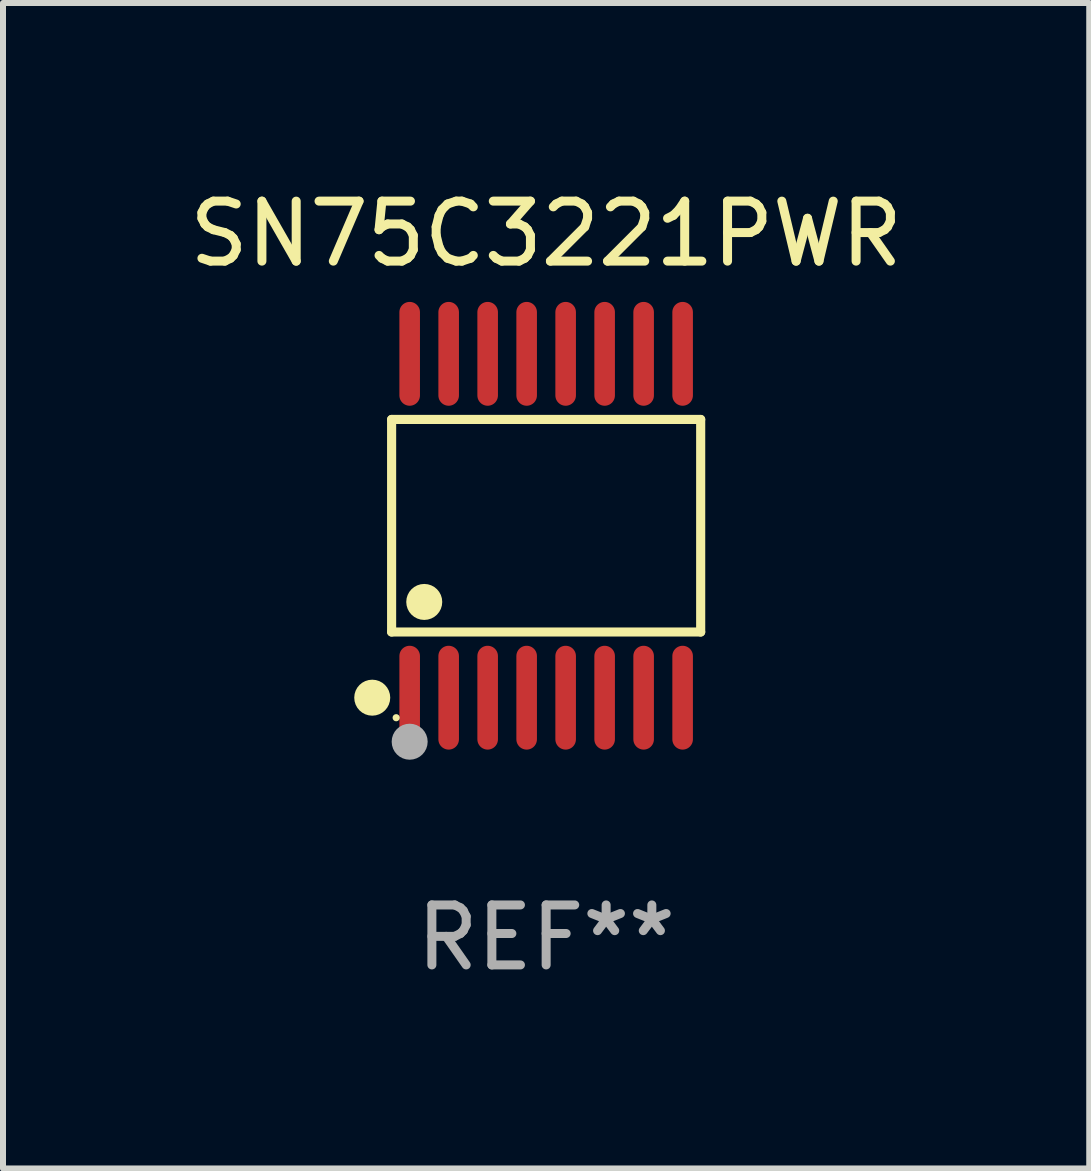
<source format=kicad_pcb>
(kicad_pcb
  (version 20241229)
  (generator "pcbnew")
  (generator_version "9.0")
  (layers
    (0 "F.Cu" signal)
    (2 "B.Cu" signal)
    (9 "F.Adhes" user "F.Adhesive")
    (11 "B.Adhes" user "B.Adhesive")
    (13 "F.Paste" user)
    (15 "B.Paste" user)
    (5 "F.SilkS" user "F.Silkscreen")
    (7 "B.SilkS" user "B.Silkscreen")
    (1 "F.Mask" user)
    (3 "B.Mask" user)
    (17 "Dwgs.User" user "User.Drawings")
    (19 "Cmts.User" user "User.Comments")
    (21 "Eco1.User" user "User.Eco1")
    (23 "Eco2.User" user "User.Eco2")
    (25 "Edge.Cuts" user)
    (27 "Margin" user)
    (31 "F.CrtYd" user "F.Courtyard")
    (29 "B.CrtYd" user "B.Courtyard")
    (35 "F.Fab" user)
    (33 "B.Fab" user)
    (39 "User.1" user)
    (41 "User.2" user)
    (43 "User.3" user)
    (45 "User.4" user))
  (footprint "SN75C3221PWR"
    (layer "F.Cu")
    (at 6.054 5.714)
    (property "Reference" "SN75C3221PWR" (at 0 -4.866 0) (layer "F.SilkS") (effects (font (size 1 1) (thickness 0.15))))
    (attr through_hole)
    (fp_line (start -2.576 -1.772) (end 2.576 -1.772) (stroke (width 0.152) (type solid)) (layer "F.SilkS"))
    (fp_line (start -2.576 1.771) (end -2.576 -1.772) (stroke (width 0.152) (type solid)) (layer "F.SilkS"))
    (fp_line (start 2.576 -1.772) (end 2.576 1.771) (stroke (width 0.152) (type solid)) (layer "F.SilkS"))
    (fp_line (start 2.576 1.771) (end -2.576 1.771) (stroke (width 0.152) (type solid)) (layer "F.SilkS"))
    (fp_circle (center -2.899 2.866) (end -2.749 2.866) (stroke (width 0.3) (type solid)) (fill no) (layer "F.SilkS"))
    (fp_circle (center -2.5 3.2) (end -2.47 3.2) (stroke (width 0.06) (type solid)) (fill no) (layer "F.SilkS"))
    (fp_circle (center -2.032 1.27) (end -1.882 1.27) (stroke (width 0.3) (type solid)) (fill no) (layer "F.SilkS"))
    (fp_circle (center -2.275 3.6) (end -2.125 3.6) (stroke (width 0.3) (type solid)) (fill no) (layer "F.Fab"))
    (fp_text user "REF**" (at 0 6.866 0) (layer "F.Fab") (effects (font (size 1 1) (thickness 0.15))))
    (pad "1" smd oval (at -2.275 2.866) (size 0.343 1.731) (layers "F.Cu" "F.Mask" "F.Paste"))
    (pad "2" smd oval (at -1.625 2.866) (size 0.343 1.731) (layers "F.Cu" "F.Mask" "F.Paste"))
    (pad "3" smd oval (at -0.975 2.866) (size 0.343 1.731) (layers "F.Cu" "F.Mask" "F.Paste"))
    (pad "4" smd oval (at -0.325 2.866) (size 0.343 1.731) (layers "F.Cu" "F.Mask" "F.Paste"))
    (pad "5" smd oval (at 0.325 2.866) (size 0.343 1.731) (layers "F.Cu" "F.Mask" "F.Paste"))
    (pad "6" smd oval (at 0.975 2.866) (size 0.343 1.731) (layers "F.Cu" "F.Mask" "F.Paste"))
    (pad "7" smd oval (at 1.625 2.866) (size 0.343 1.731) (layers "F.Cu" "F.Mask" "F.Paste"))
    (pad "8" smd oval (at 2.275 2.866) (size 0.343 1.731) (layers "F.Cu" "F.Mask" "F.Paste"))
    (pad "9" smd oval (at 2.275 -2.866) (size 0.343 1.731) (layers "F.Cu" "F.Mask" "F.Paste"))
    (pad "10" smd oval (at 1.625 -2.866) (size 0.343 1.731) (layers "F.Cu" "F.Mask" "F.Paste"))
    (pad "11" smd oval (at 0.975 -2.866) (size 0.343 1.731) (layers "F.Cu" "F.Mask" "F.Paste"))
    (pad "12" smd oval (at 0.325 -2.866) (size 0.343 1.731) (layers "F.Cu" "F.Mask" "F.Paste"))
    (pad "13" smd oval (at -0.325 -2.866) (size 0.343 1.731) (layers "F.Cu" "F.Mask" "F.Paste"))
    (pad "14" smd oval (at -0.975 -2.866) (size 0.343 1.731) (layers "F.Cu" "F.Mask" "F.Paste"))
    (pad "15" smd oval (at -1.625 -2.866) (size 0.343 1.731) (layers "F.Cu" "F.Mask" "F.Paste"))
    (pad "16" smd oval (at -2.275 -2.866) (size 0.343 1.731) (layers "F.Cu" "F.Mask" "F.Paste")))
  (gr_rect
    (start -3 -3)
    (end 15.107 16.428)
    (stroke (width 0.1) (type default))
    (fill no)
    (layer "Edge.Cuts")))
</source>
